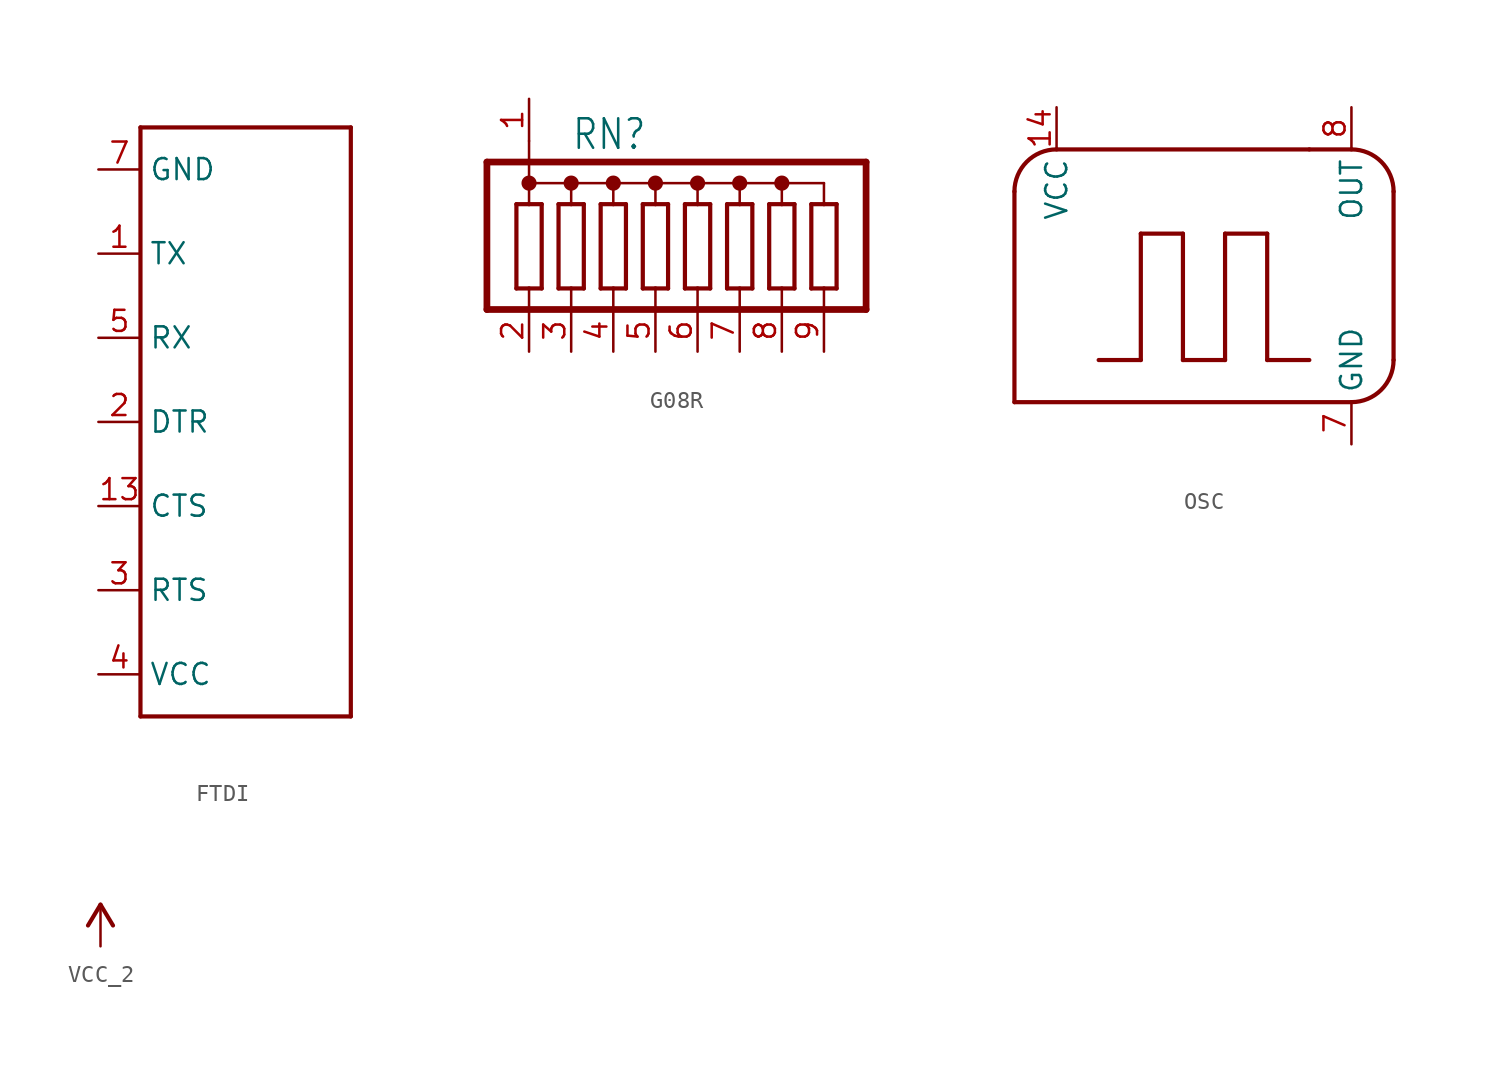
<source format=kicad_sym>
(kicad_symbol_lib
  (version 20231120)
  (generator "kicad_symbol_editor")
  (generator_version "8.0")
  (symbol "FTDI"
    (property "Reference" ""
      (at 0 0 0)
      (effects (font (size 1.27 1.27)) (hide yes)))
    (property "ki_locked" ""
      (at 0 0 0)
      (effects (font (size 1.27 1.27))))
    (symbol "FTDI_1_0"
      (polyline (pts (xy -10.16 -25.4) (xy 2.54 -25.4)) (stroke (width 0.254) (type solid)) (fill (type none)))
      (polyline (pts (xy -10.16 10.16) (xy -10.16 -25.4)) (stroke (width 0.254) (type solid)) (fill (type none)))
      (polyline (pts (xy 2.54 -25.4) (xy 2.54 10.16)) (stroke (width 0.254) (type solid)) (fill (type none)))
      (polyline (pts (xy 2.54 10.16) (xy -10.16 10.16)) (stroke (width 0.254) (type solid)) (fill (type none)))
      (pin bidirectional line (at -12.7 2.54 0) (length 2.54) (name "TX" (effects (font (size 1.27 1.27)))) (number "1" (effects (font (size 1.27 1.27)))))
      (pin bidirectional line (at -12.7 -12.7 0) (length 2.54) (name "CTS" (effects (font (size 1.27 1.27)))) (number "13" (effects (font (size 1.27 1.27)))))
      (pin bidirectional line (at -12.7 -7.62 0) (length 2.54) (name "DTR" (effects (font (size 1.27 1.27)))) (number "2" (effects (font (size 1.27 1.27)))))
      (pin bidirectional line (at -12.7 -17.78 0) (length 2.54) (name "RTS" (effects (font (size 1.27 1.27)))) (number "3" (effects (font (size 1.27 1.27)))))
      (pin bidirectional line (at -12.7 -22.86 0) (length 2.54) (name "VCC" (effects (font (size 1.27 1.27)))) (number "4" (effects (font (size 1.27 1.27)))))
      (pin bidirectional line (at -12.7 -2.54 0) (length 2.54) (name "RX" (effects (font (size 1.27 1.27)))) (number "5" (effects (font (size 1.27 1.27)))))
      (pin bidirectional line (at -12.7 7.62 0) (length 2.54) (name "GND" (effects (font (size 1.27 1.27)))) (number "7" (effects (font (size 1.27 1.27)))))))
  (symbol "G08R"
    (property "Reference" "RN"
      (at -7.62 6.985 0)
      (effects (font (size 1.778 1.511)) (justify left bottom)))
    (property "Value" ""
      (at 2.54 6.985 0)
      (effects (font (size 1.778 1.511)) (justify left bottom)))
    (property "ki_locked" ""
      (at 0 0 0)
      (effects (font (size 1.27 1.27))))
    (symbol "G08R_1_0"
      (circle (center -10.16 5.08) (radius 0.254) (stroke (width 0.406) (type solid)) (fill (type none)))
      (circle (center -7.62 5.08) (radius 0.254) (stroke (width 0.406) (type solid)) (fill (type none)))
      (circle (center -5.08 5.08) (radius 0.254) (stroke (width 0.406) (type solid)) (fill (type none)))
      (circle (center -2.54 5.08) (radius 0.254) (stroke (width 0.406) (type solid)) (fill (type none)))
      (polyline (pts (xy -12.7 -2.54) (xy 10.16 -2.54)) (stroke (width 0.406) (type solid)) (fill (type none)))
      (polyline (pts (xy -12.7 6.35) (xy -12.7 -2.54)) (stroke (width 0.406) (type solid)) (fill (type none)))
      (polyline (pts (xy -12.7 6.35) (xy 10.16 6.35)) (stroke (width 0.406) (type solid)) (fill (type none)))
      (polyline (pts (xy -10.922 -1.27) (xy -10.16 -1.27)) (stroke (width 0.254) (type solid)) (fill (type none)))
      (polyline (pts (xy -10.922 3.81) (xy -10.922 -1.27)) (stroke (width 0.254) (type solid)) (fill (type none)))
      (polyline (pts (xy -10.16 -1.27) (xy -10.16 -2.54)) (stroke (width 0.152) (type solid)) (fill (type none)))
      (polyline (pts (xy -10.16 -1.27) (xy -9.398 -1.27)) (stroke (width 0.254) (type solid)) (fill (type none)))
      (polyline (pts (xy -10.16 3.81) (xy -10.922 3.81)) (stroke (width 0.254) (type solid)) (fill (type none)))
      (polyline (pts (xy -10.16 5.08) (xy -10.16 3.81)) (stroke (width 0.152) (type solid)) (fill (type none)))
      (polyline (pts (xy -10.16 5.08) (xy -10.16 7.62)) (stroke (width 0.152) (type solid)) (fill (type none)))
      (polyline (pts (xy -10.16 5.08) (xy -7.62 5.08)) (stroke (width 0.152) (type solid)) (fill (type none)))
      (polyline (pts (xy -9.398 -1.27) (xy -9.398 3.81)) (stroke (width 0.254) (type solid)) (fill (type none)))
      (polyline (pts (xy -9.398 3.81) (xy -10.16 3.81)) (stroke (width 0.254) (type solid)) (fill (type none)))
      (polyline (pts (xy -8.382 -1.27) (xy -7.62 -1.27)) (stroke (width 0.254) (type solid)) (fill (type none)))
      (polyline (pts (xy -8.382 3.81) (xy -8.382 -1.27)) (stroke (width 0.254) (type solid)) (fill (type none)))
      (polyline (pts (xy -7.62 -2.54) (xy -7.62 -1.27)) (stroke (width 0.152) (type solid)) (fill (type none)))
      (polyline (pts (xy -7.62 -1.27) (xy -6.858 -1.27)) (stroke (width 0.254) (type solid)) (fill (type none)))
      (polyline (pts (xy -7.62 3.81) (xy -8.382 3.81)) (stroke (width 0.254) (type solid)) (fill (type none)))
      (polyline (pts (xy -7.62 5.08) (xy -7.62 3.81)) (stroke (width 0.152) (type solid)) (fill (type none)))
      (polyline (pts (xy -7.62 5.08) (xy -5.08 5.08)) (stroke (width 0.152) (type solid)) (fill (type none)))
      (polyline (pts (xy -6.858 -1.27) (xy -6.858 3.81)) (stroke (width 0.254) (type solid)) (fill (type none)))
      (polyline (pts (xy -6.858 3.81) (xy -7.62 3.81)) (stroke (width 0.254) (type solid)) (fill (type none)))
      (polyline (pts (xy -5.842 -1.27) (xy -5.08 -1.27)) (stroke (width 0.254) (type solid)) (fill (type none)))
      (polyline (pts (xy -5.842 3.81) (xy -5.842 -1.27)) (stroke (width 0.254) (type solid)) (fill (type none)))
      (polyline (pts (xy -5.08 -2.54) (xy -5.08 -1.27)) (stroke (width 0.152) (type solid)) (fill (type none)))
      (polyline (pts (xy -5.08 -1.27) (xy -4.318 -1.27)) (stroke (width 0.254) (type solid)) (fill (type none)))
      (polyline (pts (xy -5.08 3.81) (xy -5.842 3.81)) (stroke (width 0.254) (type solid)) (fill (type none)))
      (polyline (pts (xy -5.08 5.08) (xy -5.08 3.81)) (stroke (width 0.152) (type solid)) (fill (type none)))
      (polyline (pts (xy -5.08 5.08) (xy -2.54 5.08)) (stroke (width 0.152) (type solid)) (fill (type none)))
      (polyline (pts (xy -4.318 -1.27) (xy -4.318 3.81)) (stroke (width 0.254) (type solid)) (fill (type none)))
      (polyline (pts (xy -4.318 3.81) (xy -5.08 3.81)) (stroke (width 0.254) (type solid)) (fill (type none)))
      (polyline (pts (xy -3.302 -1.27) (xy -2.54 -1.27)) (stroke (width 0.254) (type solid)) (fill (type none)))
      (polyline (pts (xy -3.302 3.81) (xy -3.302 -1.27)) (stroke (width 0.254) (type solid)) (fill (type none)))
      (polyline (pts (xy -2.54 -2.54) (xy -2.54 -1.27)) (stroke (width 0.152) (type solid)) (fill (type none)))
      (polyline (pts (xy -2.54 -1.27) (xy -1.778 -1.27)) (stroke (width 0.254) (type solid)) (fill (type none)))
      (polyline (pts (xy -2.54 3.81) (xy -3.302 3.81)) (stroke (width 0.254) (type solid)) (fill (type none)))
      (polyline (pts (xy -2.54 5.08) (xy -2.54 3.81)) (stroke (width 0.152) (type solid)) (fill (type none)))
      (polyline (pts (xy -2.54 5.08) (xy 0 5.08)) (stroke (width 0.152) (type solid)) (fill (type none)))
      (polyline (pts (xy -1.778 -1.27) (xy -1.778 3.81)) (stroke (width 0.254) (type solid)) (fill (type none)))
      (polyline (pts (xy -1.778 3.81) (xy -2.54 3.81)) (stroke (width 0.254) (type solid)) (fill (type none)))
      (polyline (pts (xy -0.762 -1.27) (xy 0 -1.27)) (stroke (width 0.254) (type solid)) (fill (type none)))
      (polyline (pts (xy -0.762 3.81) (xy -0.762 -1.27)) (stroke (width 0.254) (type solid)) (fill (type none)))
      (polyline (pts (xy 0 -2.54) (xy 0 -1.27)) (stroke (width 0.152) (type solid)) (fill (type none)))
      (polyline (pts (xy 0 -1.27) (xy 0.762 -1.27)) (stroke (width 0.254) (type solid)) (fill (type none)))
      (polyline (pts (xy 0 3.81) (xy -0.762 3.81)) (stroke (width 0.254) (type solid)) (fill (type none)))
      (polyline (pts (xy 0 5.08) (xy 0 3.81)) (stroke (width 0.152) (type solid)) (fill (type none)))
      (polyline (pts (xy 0 5.08) (xy 2.54 5.08)) (stroke (width 0.152) (type solid)) (fill (type none)))
      (polyline (pts (xy 0.762 -1.27) (xy 0.762 3.81)) (stroke (width 0.254) (type solid)) (fill (type none)))
      (polyline (pts (xy 0.762 3.81) (xy 0 3.81)) (stroke (width 0.254) (type solid)) (fill (type none)))
      (polyline (pts (xy 1.778 -1.27) (xy 2.54 -1.27)) (stroke (width 0.254) (type solid)) (fill (type none)))
      (polyline (pts (xy 1.778 3.81) (xy 1.778 -1.27)) (stroke (width 0.254) (type solid)) (fill (type none)))
      (polyline (pts (xy 2.54 -1.27) (xy 2.54 -2.54)) (stroke (width 0.152) (type solid)) (fill (type none)))
      (polyline (pts (xy 2.54 -1.27) (xy 3.302 -1.27)) (stroke (width 0.254) (type solid)) (fill (type none)))
      (polyline (pts (xy 2.54 3.81) (xy 1.778 3.81)) (stroke (width 0.254) (type solid)) (fill (type none)))
      (polyline (pts (xy 2.54 5.08) (xy 2.54 3.81)) (stroke (width 0.152) (type solid)) (fill (type none)))
      (polyline (pts (xy 2.54 5.08) (xy 5.08 5.08)) (stroke (width 0.152) (type solid)) (fill (type none)))
      (polyline (pts (xy 3.302 -1.27) (xy 3.302 3.81)) (stroke (width 0.254) (type solid)) (fill (type none)))
      (polyline (pts (xy 3.302 3.81) (xy 2.54 3.81)) (stroke (width 0.254) (type solid)) (fill (type none)))
      (polyline (pts (xy 4.318 -1.27) (xy 5.08 -1.27)) (stroke (width 0.254) (type solid)) (fill (type none)))
      (polyline (pts (xy 4.318 3.81) (xy 4.318 -1.27)) (stroke (width 0.254) (type solid)) (fill (type none)))
      (polyline (pts (xy 5.08 -2.54) (xy 5.08 -1.27)) (stroke (width 0.152) (type solid)) (fill (type none)))
      (polyline (pts (xy 5.08 -1.27) (xy 5.842 -1.27)) (stroke (width 0.254) (type solid)) (fill (type none)))
      (polyline (pts (xy 5.08 3.81) (xy 4.318 3.81)) (stroke (width 0.254) (type solid)) (fill (type none)))
      (polyline (pts (xy 5.08 5.08) (xy 5.08 3.81)) (stroke (width 0.152) (type solid)) (fill (type none)))
      (polyline (pts (xy 5.08 5.08) (xy 7.62 5.08)) (stroke (width 0.152) (type solid)) (fill (type none)))
      (polyline (pts (xy 5.842 -1.27) (xy 5.842 3.81)) (stroke (width 0.254) (type solid)) (fill (type none)))
      (polyline (pts (xy 5.842 3.81) (xy 5.08 3.81)) (stroke (width 0.254) (type solid)) (fill (type none)))
      (polyline (pts (xy 6.858 -1.27) (xy 7.62 -1.27)) (stroke (width 0.254) (type solid)) (fill (type none)))
      (polyline (pts (xy 6.858 3.81) (xy 6.858 -1.27)) (stroke (width 0.254) (type solid)) (fill (type none)))
      (polyline (pts (xy 7.62 -2.54) (xy 7.62 -1.27)) (stroke (width 0.152) (type solid)) (fill (type none)))
      (polyline (pts (xy 7.62 -1.27) (xy 8.382 -1.27)) (stroke (width 0.254) (type solid)) (fill (type none)))
      (polyline (pts (xy 7.62 3.81) (xy 6.858 3.81)) (stroke (width 0.254) (type solid)) (fill (type none)))
      (polyline (pts (xy 7.62 5.08) (xy 7.62 3.81)) (stroke (width 0.152) (type solid)) (fill (type none)))
      (polyline (pts (xy 8.382 -1.27) (xy 8.382 3.81)) (stroke (width 0.254) (type solid)) (fill (type none)))
      (polyline (pts (xy 8.382 3.81) (xy 7.62 3.81)) (stroke (width 0.254) (type solid)) (fill (type none)))
      (polyline (pts (xy 10.16 6.35) (xy 10.16 -2.54)) (stroke (width 0.406) (type solid)) (fill (type none)))
      (circle (center 0 5.08) (radius 0.254) (stroke (width 0.406) (type solid)) (fill (type none)))
      (circle (center 2.54 5.08) (radius 0.254) (stroke (width 0.406) (type solid)) (fill (type none)))
      (circle (center 5.08 5.08) (radius 0.254) (stroke (width 0.406) (type solid)) (fill (type none)))
      (pin passive line (at -10.16 10.16 270) (length 2.54) (name "1" (effects (font (size 0 0)))) (number "1" (effects (font (size 1.27 1.27)))))
      (pin passive line (at -10.16 -5.08 90) (length 2.54) (name "2" (effects (font (size 0 0)))) (number "2" (effects (font (size 1.27 1.27)))))
      (pin passive line (at -7.62 -5.08 90) (length 2.54) (name "3" (effects (font (size 0 0)))) (number "3" (effects (font (size 1.27 1.27)))))
      (pin passive line (at -5.08 -5.08 90) (length 2.54) (name "4" (effects (font (size 0 0)))) (number "4" (effects (font (size 1.27 1.27)))))
      (pin passive line (at -2.54 -5.08 90) (length 2.54) (name "5" (effects (font (size 0 0)))) (number "5" (effects (font (size 1.27 1.27)))))
      (pin passive line (at 0 -5.08 90) (length 2.54) (name "6" (effects (font (size 0 0)))) (number "6" (effects (font (size 1.27 1.27)))))
      (pin passive line (at 2.54 -5.08 90) (length 2.54) (name "7" (effects (font (size 0 0)))) (number "7" (effects (font (size 1.27 1.27)))))
      (pin passive line (at 5.08 -5.08 90) (length 2.54) (name "8" (effects (font (size 0 0)))) (number "8" (effects (font (size 1.27 1.27)))))
      (pin passive line (at 7.62 -5.08 90) (length 2.54) (name "9" (effects (font (size 0 0)))) (number "9" (effects (font (size 1.27 1.27)))))))
  (symbol "OSC"
    (property "Reference" ""
      (at -5.08 10.16 0)
      (effects (font (size 1.27 1.079)) (justify left bottom) (hide yes)))
    (property "Value" ""
      (at -5.08 -10.16 0)
      (effects (font (size 1.27 1.079)) (justify left bottom)))
    (property "ki_locked" ""
      (at 0 0 0)
      (effects (font (size 1.27 1.27))))
    (symbol "OSC_1_0"
      (arc (start -10.16 7.62) (mid -11.9561 6.8761) (end -12.7 5.08) (stroke (width 0.254) (type solid)) (fill (type none)))
      (polyline (pts (xy -12.7 -7.62) (xy 7.62 -7.62)) (stroke (width 0.254) (type solid)) (fill (type none)))
      (polyline (pts (xy -12.7 5.08) (xy -12.7 -7.62)) (stroke (width 0.254) (type solid)) (fill (type none)))
      (polyline (pts (xy -7.62 -5.08) (xy -5.08 -5.08)) (stroke (width 0.254) (type solid)) (fill (type none)))
      (polyline (pts (xy -5.08 -5.08) (xy -5.08 2.54)) (stroke (width 0.254) (type solid)) (fill (type none)))
      (polyline (pts (xy -5.08 2.54) (xy -2.54 2.54)) (stroke (width 0.254) (type solid)) (fill (type none)))
      (polyline (pts (xy -2.54 -5.08) (xy 0 -5.08)) (stroke (width 0.254) (type solid)) (fill (type none)))
      (polyline (pts (xy -2.54 2.54) (xy -2.54 -5.08)) (stroke (width 0.254) (type solid)) (fill (type none)))
      (polyline (pts (xy 0 -5.08) (xy 0 2.54)) (stroke (width 0.254) (type solid)) (fill (type none)))
      (polyline (pts (xy 0 2.54) (xy 2.54 2.54)) (stroke (width 0.254) (type solid)) (fill (type none)))
      (polyline (pts (xy 2.54 -5.08) (xy 5.08 -5.08)) (stroke (width 0.254) (type solid)) (fill (type none)))
      (polyline (pts (xy 2.54 2.54) (xy 2.54 -5.08)) (stroke (width 0.254) (type solid)) (fill (type none)))
      (polyline (pts (xy 5.08 7.62) (xy -10.16 7.62)) (stroke (width 0.254) (type solid)) (fill (type none)))
      (polyline (pts (xy 7.62 7.62) (xy 5.08 7.62)) (stroke (width 0.254) (type solid)) (fill (type none)))
      (polyline (pts (xy 10.16 -5.08) (xy 10.16 5.08)) (stroke (width 0.254) (type solid)) (fill (type none)))
      (arc (start 7.62 -7.62) (mid 9.4161 -6.8761) (end 10.16 -5.08) (stroke (width 0.254) (type solid)) (fill (type none)))
      (arc (start 10.16 5.08) (mid 9.4161 6.8761) (end 7.62 7.62) (stroke (width 0.254) (type solid)) (fill (type none)))
      (pin bidirectional line (at -10.16 10.16 270) (length 2.54) (name "VCC" (effects (font (size 1.27 1.27)))) (number "14" (effects (font (size 1.27 1.27)))))
      (pin bidirectional line (at 7.62 -10.16 90) (length 2.54) (name "GND" (effects (font (size 1.27 1.27)))) (number "7" (effects (font (size 1.27 1.27)))))
      (pin bidirectional line (at 7.62 10.16 270) (length 2.54) (name "OUT" (effects (font (size 1.27 1.27)))) (number "8" (effects (font (size 1.27 1.27)))))))
  (symbol "VCC_2"
    (power)
    (property "Reference" "#SUPPLY"
      (at 0 0 0)
      (effects (font (size 1.27 1.27)) (hide yes)))
    (property "Value" ""
      (at 0 2.794 0)
      (effects (font (size 1.778 1.511)) (justify bottom)))
    (property "ki_locked" ""
      (at 0 0 0)
      (effects (font (size 1.27 1.27))))
    (symbol "VCC_2_1_0"
      (polyline (pts (xy 0 2.54) (xy -0.762 1.27)) (stroke (width 0.254) (type solid)) (fill (type none)))
      (polyline (pts (xy 0.762 1.27) (xy 0 2.54)) (stroke (width 0.254) (type solid)) (fill (type none)))
      (pin power_in line (at 0 0 90) (length 2.54) (name "VCC_2" (effects (font (size 0 0)))) (number "1" (effects (font (size 0 0))))))))
</source>
